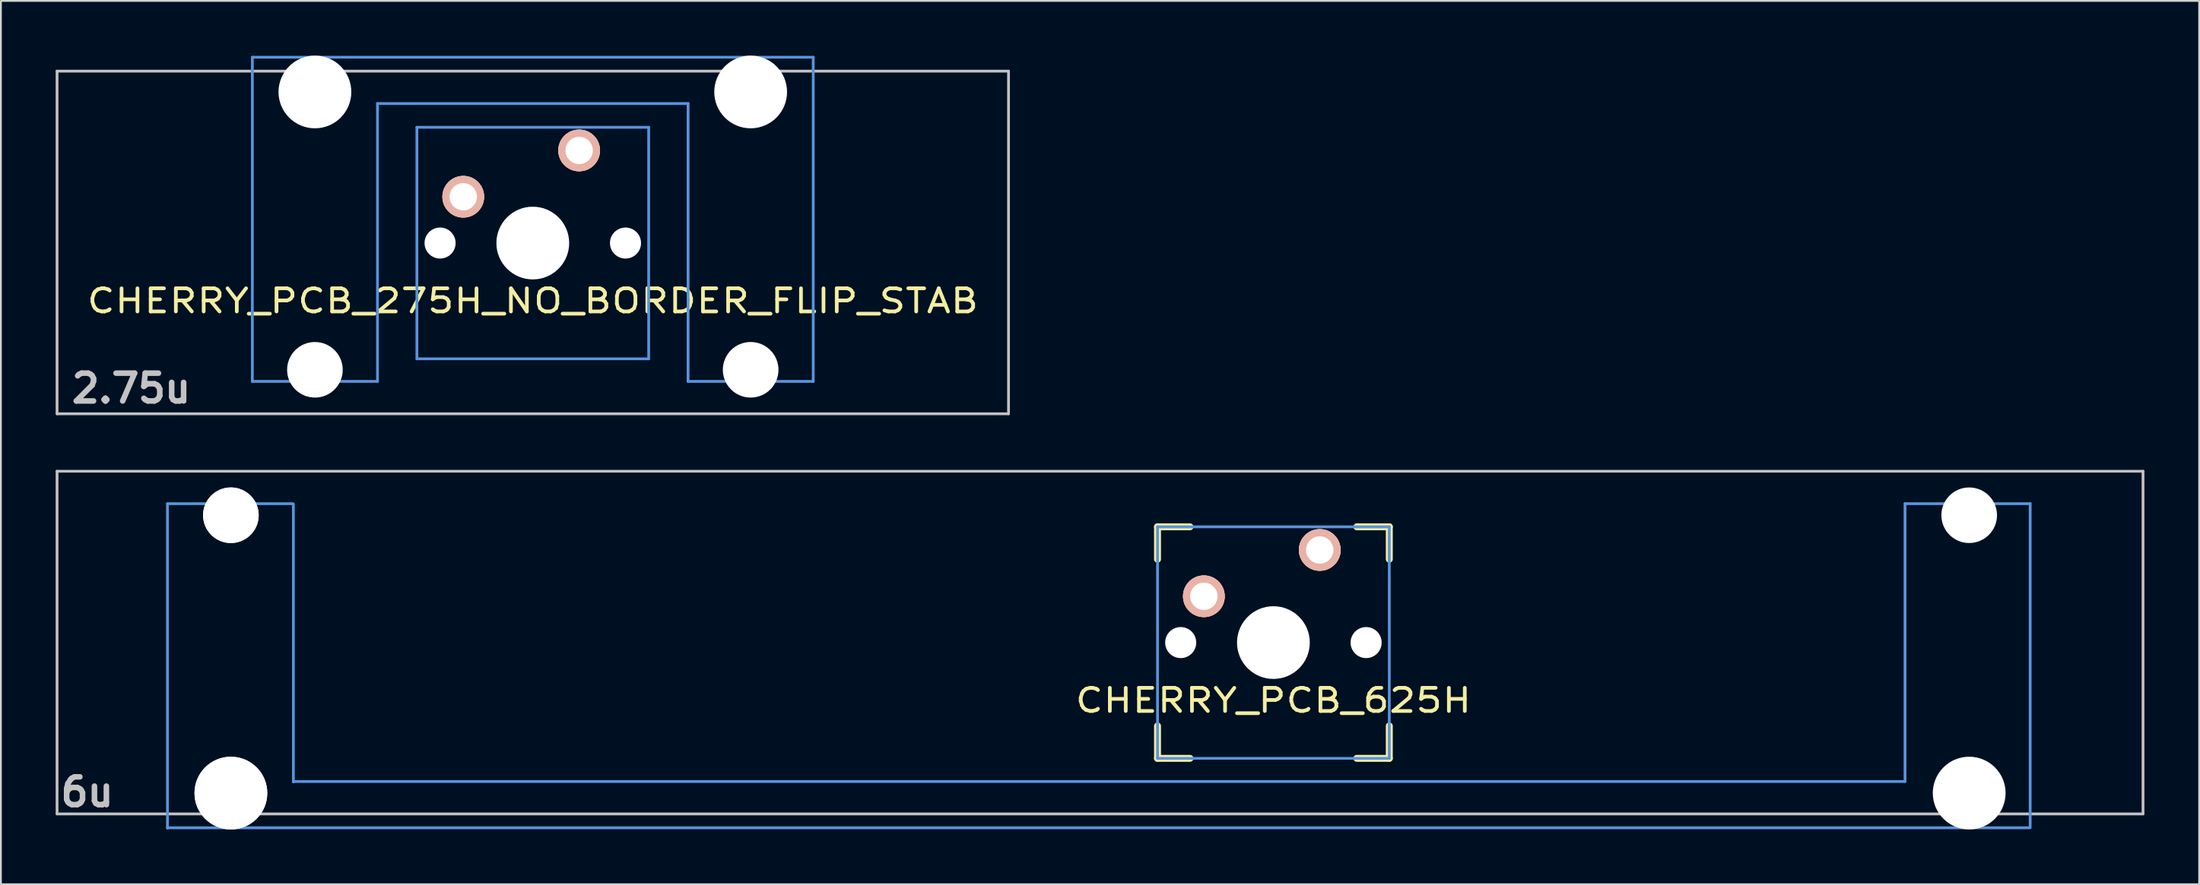
<source format=kicad_pcb>
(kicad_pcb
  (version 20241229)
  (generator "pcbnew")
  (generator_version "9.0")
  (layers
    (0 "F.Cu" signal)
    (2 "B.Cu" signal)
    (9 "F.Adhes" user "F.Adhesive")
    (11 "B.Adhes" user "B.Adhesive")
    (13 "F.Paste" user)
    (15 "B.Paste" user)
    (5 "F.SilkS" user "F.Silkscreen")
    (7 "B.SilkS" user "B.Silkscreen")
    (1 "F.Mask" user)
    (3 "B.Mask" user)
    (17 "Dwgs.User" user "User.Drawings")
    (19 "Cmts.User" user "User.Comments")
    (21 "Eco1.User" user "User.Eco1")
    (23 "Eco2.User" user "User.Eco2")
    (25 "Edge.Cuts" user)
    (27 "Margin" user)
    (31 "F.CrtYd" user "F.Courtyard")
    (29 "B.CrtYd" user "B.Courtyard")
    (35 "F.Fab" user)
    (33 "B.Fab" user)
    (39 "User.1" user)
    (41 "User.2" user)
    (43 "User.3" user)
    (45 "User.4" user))
  (footprint "CHERRY_PCB_275H_NO_BORDER_FLIP_STAB"
    (layer "F.Cu")
    (at 26.144 10.253)
    (property "Reference" "CHERRY_PCB_275H_NO_BORDER_FLIP_STAB" (at 0 3.204 0) (layer "F.SilkS") (effects (font (size 1.27 1.524) (thickness 0.203))))
    (attr through_hole)
    (fp_line (start -26.068 -9.402) (end 26.068 -9.402) (stroke (width 0.152) (type solid)) (layer "Dwgs.User"))
    (fp_line (start -26.068 9.394) (end -26.068 -9.402) (stroke (width 0.152) (type solid)) (layer "Dwgs.User"))
    (fp_line (start 26.068 -9.402) (end 26.068 9.394) (stroke (width 0.152) (type solid)) (layer "Dwgs.User"))
    (fp_line (start 26.068 9.394) (end -26.068 9.394) (stroke (width 0.152) (type solid)) (layer "Dwgs.User"))
    (fp_line (start -15.367 -10.164) (end -15.367 7.616) (stroke (width 0.152) (type solid)) (layer "Cmts.User"))
    (fp_line (start -15.367 7.616) (end -8.509 7.616) (stroke (width 0.152) (type solid)) (layer "Cmts.User"))
    (fp_line (start -8.509 -7.624) (end 8.509 -7.624) (stroke (width 0.152) (type solid)) (layer "Cmts.User"))
    (fp_line (start -8.509 7.616) (end -8.509 -7.624) (stroke (width 0.152) (type solid)) (layer "Cmts.User"))
    (fp_line (start -6.35 -6.321) (end 6.35 -6.321) (stroke (width 0.152) (type solid)) (layer "Cmts.User"))
    (fp_line (start -6.35 6.379) (end -6.35 -6.321) (stroke (width 0.152) (type solid)) (layer "Cmts.User"))
    (fp_line (start 6.35 -6.321) (end 6.35 6.379) (stroke (width 0.152) (type solid)) (layer "Cmts.User"))
    (fp_line (start 6.35 6.379) (end -6.35 6.379) (stroke (width 0.152) (type solid)) (layer "Cmts.User"))
    (fp_line (start 8.509 -7.624) (end 8.509 7.616) (stroke (width 0.152) (type solid)) (layer "Cmts.User"))
    (fp_line (start 8.509 7.616) (end 15.367 7.616) (stroke (width 0.152) (type solid)) (layer "Cmts.User"))
    (fp_line (start 15.367 -10.164) (end -15.367 -10.164) (stroke (width 0.152) (type solid)) (layer "Cmts.User"))
    (fp_line (start 15.367 7.616) (end 15.367 -10.164) (stroke (width 0.152) (type solid)) (layer "Cmts.User"))
    (fp_line (start -16.129 -0.512) (end -15.265 -0.512) (stroke (width 0.152) (type solid)) (layer "Eco2.User"))
    (fp_line (start -16.129 2.282) (end -16.129 -0.512) (stroke (width 0.152) (type solid)) (layer "Eco2.User"))
    (fp_line (start -15.265 -6.608) (end -14.224 -6.608) (stroke (width 0.152) (type solid)) (layer "Eco2.User"))
    (fp_line (start -15.265 -0.512) (end -15.265 -6.608) (stroke (width 0.152) (type solid)) (layer "Eco2.User"))
    (fp_line (start -15.265 2.282) (end -16.129 2.282) (stroke (width 0.152) (type solid)) (layer "Eco2.User"))
    (fp_line (start -15.265 5.685) (end -15.265 2.282) (stroke (width 0.152) (type solid)) (layer "Eco2.User"))
    (fp_line (start -14.224 -7.777) (end -9.652 -7.777) (stroke (width 0.152) (type solid)) (layer "Eco2.User"))
    (fp_line (start -14.224 -6.608) (end -14.224 -7.777) (stroke (width 0.152) (type solid)) (layer "Eco2.User"))
    (fp_line (start -9.652 -7.777) (end -9.652 -6.608) (stroke (width 0.152) (type solid)) (layer "Eco2.User"))
    (fp_line (start -9.652 -6.608) (end -8.611 -6.608) (stroke (width 0.152) (type solid)) (layer "Eco2.User"))
    (fp_line (start -8.611 -6.608) (end -8.611 -5.821) (stroke (width 0.152) (type solid)) (layer "Eco2.User"))
    (fp_line (start -8.611 -5.821) (end -6.985 -5.821) (stroke (width 0.152) (type solid)) (layer "Eco2.User"))
    (fp_line (start -8.611 4.872) (end -8.611 5.685) (stroke (width 0.152) (type solid)) (layer "Eco2.User"))
    (fp_line (start -8.611 5.685) (end -15.265 5.685) (stroke (width 0.152) (type solid)) (layer "Eco2.User"))
    (fp_line (start -6.985 -6.989) (end 6.985 -6.989) (stroke (width 0.152) (type solid)) (layer "Eco2.User"))
    (fp_line (start -6.985 -5.821) (end -6.985 -6.989) (stroke (width 0.152) (type solid)) (layer "Eco2.User"))
    (fp_line (start -6.985 4.872) (end -8.611 4.872) (stroke (width 0.152) (type solid)) (layer "Eco2.User"))
    (fp_line (start -6.985 6.981) (end -6.985 4.872) (stroke (width 0.152) (type solid)) (layer "Eco2.User"))
    (fp_line (start 6.985 -6.989) (end 6.985 -5.821) (stroke (width 0.152) (type solid)) (layer "Eco2.User"))
    (fp_line (start 6.985 -5.821) (end 8.611 -5.821) (stroke (width 0.152) (type solid)) (layer "Eco2.User"))
    (fp_line (start 6.985 4.872) (end 6.985 6.981) (stroke (width 0.152) (type solid)) (layer "Eco2.User"))
    (fp_line (start 6.985 6.981) (end -6.985 6.981) (stroke (width 0.152) (type solid)) (layer "Eco2.User"))
    (fp_line (start 8.611 -6.608) (end 9.652 -6.608) (stroke (width 0.152) (type solid)) (layer "Eco2.User"))
    (fp_line (start 8.611 -5.821) (end 8.611 -6.608) (stroke (width 0.152) (type solid)) (layer "Eco2.User"))
    (fp_line (start 8.611 4.872) (end 6.985 4.872) (stroke (width 0.152) (type solid)) (layer "Eco2.User"))
    (fp_line (start 8.611 5.685) (end 8.611 4.872) (stroke (width 0.152) (type solid)) (layer "Eco2.User"))
    (fp_line (start 9.652 -7.777) (end 14.224 -7.777) (stroke (width 0.152) (type solid)) (layer "Eco2.User"))
    (fp_line (start 9.652 -6.608) (end 9.652 -7.777) (stroke (width 0.152) (type solid)) (layer "Eco2.User"))
    (fp_line (start 14.224 -7.777) (end 14.224 -6.608) (stroke (width 0.152) (type solid)) (layer "Eco2.User"))
    (fp_line (start 14.224 -6.608) (end 15.265 -6.608) (stroke (width 0.152) (type solid)) (layer "Eco2.User"))
    (fp_line (start 15.265 -6.608) (end 15.265 -0.512) (stroke (width 0.152) (type solid)) (layer "Eco2.User"))
    (fp_line (start 15.265 -0.512) (end 16.129 -0.512) (stroke (width 0.152) (type solid)) (layer "Eco2.User"))
    (fp_line (start 15.265 2.282) (end 15.265 5.685) (stroke (width 0.152) (type solid)) (layer "Eco2.User"))
    (fp_line (start 15.265 5.685) (end 8.611 5.685) (stroke (width 0.152) (type solid)) (layer "Eco2.User"))
    (fp_line (start 16.129 -0.512) (end 16.129 2.282) (stroke (width 0.152) (type solid)) (layer "Eco2.User"))
    (fp_line (start 16.129 2.282) (end 15.265 2.282) (stroke (width 0.152) (type solid)) (layer "Eco2.User"))
    (fp_text user "2.75u" (at -22 8 180) (layer "Dwgs.User") (effects (font (size 1.524 1.524) (thickness 0.305))))
    (pad "" np_thru_hole circle (at -11.938 -8.259 180) (size 3.988 3.988) (drill 3.988) (layers "*.Cu"))
    (pad "" np_thru_hole circle (at -11.938 6.981 180) (size 3.048 3.048) (drill 3.048) (layers "*.Cu"))
    (pad "" np_thru_hole circle (at -5.08 0.029) (size 1.702 1.702) (drill 1.702) (layers "*.Cu"))
    (pad "" np_thru_hole circle (at 0 0.029) (size 3.988 3.988) (drill 3.988) (layers "*.Cu"))
    (pad "" np_thru_hole circle (at 5.08 0.029) (size 1.702 1.702) (drill 1.702) (layers "*.Cu"))
    (pad "" np_thru_hole circle (at 11.938 -8.259 180) (size 3.988 3.988) (drill 3.988) (layers "*.Cu"))
    (pad "" np_thru_hole circle (at 11.938 6.981 180) (size 3.048 3.048) (drill 3.048) (layers "*.Cu"))
    (pad "1" thru_hole circle (at 2.54 -5.051) (size 2.286 2.286) (drill 1.499) (layers "*.Cu" "*.SilkS" "*.Mask"))
    (pad "2" thru_hole circle (at -3.81 -2.511) (size 2.286 2.286) (drill 1.499) (layers "*.Cu" "*.SilkS" "*.Mask")))
  (footprint "CHERRY_PCB_625H"
    (layer "F.Cu")
    (at 57.226 32.197)
    (property "Reference" "CHERRY_PCB_625H" (at 9.5 3.175 0) (layer "F.SilkS") (effects (font (size 1.27 1.524) (thickness 0.203))))
    (attr through_hole)
    (fp_line (start 3.15 -6.35) (end 4.928 -6.35) (stroke (width 0.381) (type solid)) (layer "F.SilkS"))
    (fp_line (start 3.15 -4.572) (end 3.15 -6.35) (stroke (width 0.381) (type solid)) (layer "F.SilkS"))
    (fp_line (start 3.15 6.35) (end 3.15 4.572) (stroke (width 0.381) (type solid)) (layer "F.SilkS"))
    (fp_line (start 4.928 6.35) (end 3.15 6.35) (stroke (width 0.381) (type solid)) (layer "F.SilkS"))
    (fp_line (start 14.072 -6.35) (end 15.85 -6.35) (stroke (width 0.381) (type solid)) (layer "F.SilkS"))
    (fp_line (start 15.85 -6.35) (end 15.85 -4.572) (stroke (width 0.381) (type solid)) (layer "F.SilkS"))
    (fp_line (start 15.85 4.572) (end 15.85 6.35) (stroke (width 0.381) (type solid)) (layer "F.SilkS"))
    (fp_line (start 15.85 6.35) (end 14.072 6.35) (stroke (width 0.381) (type solid)) (layer "F.SilkS"))
    (fp_line (start -57.15 -9.398) (end 57.15 -9.398) (stroke (width 0.152) (type solid)) (layer "Dwgs.User"))
    (fp_line (start -57.15 9.398) (end -57.15 -9.398) (stroke (width 0.152) (type solid)) (layer "Dwgs.User"))
    (fp_line (start 57.15 -9.398) (end 57.15 9.398) (stroke (width 0.152) (type solid)) (layer "Dwgs.User"))
    (fp_line (start 57.15 9.398) (end -57.15 9.398) (stroke (width 0.152) (type solid)) (layer "Dwgs.User"))
    (fp_line (start -51.1 -7.6) (end -51.1 10.18) (stroke (width 0.152) (type solid)) (layer "Cmts.User"))
    (fp_line (start -51.1 10.16) (end 50.9 10.16) (stroke (width 0.152) (type solid)) (layer "Cmts.User"))
    (fp_line (start -44.242 -7.62) (end -51.1 -7.62) (stroke (width 0.152) (type solid)) (layer "Cmts.User"))
    (fp_line (start -44.2 7.64) (end -44.2 -7.6) (stroke (width 0.152) (type solid)) (layer "Cmts.User"))
    (fp_line (start 3.15 -6.35) (end 15.85 -6.35) (stroke (width 0.152) (type solid)) (layer "Cmts.User"))
    (fp_line (start 3.15 6.35) (end 3.15 -6.35) (stroke (width 0.152) (type solid)) (layer "Cmts.User"))
    (fp_line (start 15.85 -6.35) (end 15.85 6.35) (stroke (width 0.152) (type solid)) (layer "Cmts.User"))
    (fp_line (start 15.85 6.35) (end 3.15 6.35) (stroke (width 0.152) (type solid)) (layer "Cmts.User"))
    (fp_line (start 44.109 -7.62) (end 44.109 7.62) (stroke (width 0.152) (type solid)) (layer "Cmts.User"))
    (fp_line (start 44.109 7.62) (end -44.2 7.62) (stroke (width 0.152) (type solid)) (layer "Cmts.User"))
    (fp_line (start 50.967 -7.62) (end 44.109 -7.62) (stroke (width 0.152) (type solid)) (layer "Cmts.User"))
    (fp_line (start 50.967 10.16) (end 50.967 -7.62) (stroke (width 0.152) (type solid)) (layer "Cmts.User"))
    (fp_line (start -51.844 -2.286) (end -50.98 -2.286) (stroke (width 0.152) (type solid)) (layer "Eco2.User"))
    (fp_line (start -51.844 0.508) (end -51.844 -2.286) (stroke (width 0.152) (type solid)) (layer "Eco2.User"))
    (fp_line (start -50.98 -5.69) (end -44.326 -5.69) (stroke (width 0.152) (type solid)) (layer "Eco2.User"))
    (fp_line (start -50.98 -2.286) (end -50.98 -5.69) (stroke (width 0.152) (type solid)) (layer "Eco2.User"))
    (fp_line (start -50.98 0.508) (end -51.844 0.508) (stroke (width 0.152) (type solid)) (layer "Eco2.User"))
    (fp_line (start -50.98 6.604) (end -50.98 0.508) (stroke (width 0.152) (type solid)) (layer "Eco2.User"))
    (fp_line (start -49.939 6.604) (end -50.98 6.604) (stroke (width 0.152) (type solid)) (layer "Eco2.User"))
    (fp_line (start -49.939 7.772) (end -49.939 6.604) (stroke (width 0.152) (type solid)) (layer "Eco2.User"))
    (fp_line (start -45.367 6.604) (end -45.367 7.772) (stroke (width 0.152) (type solid)) (layer "Eco2.User"))
    (fp_line (start -45.367 7.772) (end -49.939 7.772) (stroke (width 0.152) (type solid)) (layer "Eco2.User"))
    (fp_line (start -44.326 -5.69) (end -44.326 -2.286) (stroke (width 0.152) (type solid)) (layer "Eco2.User"))
    (fp_line (start -44.326 2.286) (end -44.326 6.604) (stroke (width 0.152) (type solid)) (layer "Eco2.User"))
    (fp_line (start -44.326 6.604) (end -45.367 6.604) (stroke (width 0.152) (type solid)) (layer "Eco2.User"))
    (fp_line (start -44.3 -2.286) (end 2.5 -2.286) (stroke (width 0.152) (type solid)) (layer "Eco2.User"))
    (fp_line (start 2.5 2.286) (end -44.3 2.286) (stroke (width 0.152) (type solid)) (layer "Eco2.User"))
    (fp_line (start 2.5 6.985) (end 2.5 2.286) (stroke (width 0.152) (type solid)) (layer "Eco2.User"))
    (fp_line (start 2.53 -7) (end 16.5 -7) (stroke (width 0.152) (type solid)) (layer "Eco2.User"))
    (fp_line (start 2.53 -2.301) (end 2.53 -7) (stroke (width 0.152) (type solid)) (layer "Eco2.User"))
    (fp_line (start 16.5 -6.985) (end 16.5 -2.286) (stroke (width 0.152) (type solid)) (layer "Eco2.User"))
    (fp_line (start 16.5 -2.286) (end 44.2 -2.286) (stroke (width 0.152) (type solid)) (layer "Eco2.User"))
    (fp_line (start 16.5 2.286) (end 16.5 6.985) (stroke (width 0.152) (type solid)) (layer "Eco2.User"))
    (fp_line (start 16.5 7) (end 2.53 7) (stroke (width 0.152) (type solid)) (layer "Eco2.User"))
    (fp_line (start 44.2 2.286) (end 16.5 2.286) (stroke (width 0.152) (type solid)) (layer "Eco2.User"))
    (fp_line (start 44.211 -5.69) (end 50.865 -5.69) (stroke (width 0.152) (type solid)) (layer "Eco2.User"))
    (fp_line (start 44.211 -2.286) (end 44.211 -5.69) (stroke (width 0.152) (type solid)) (layer "Eco2.User"))
    (fp_line (start 44.211 6.604) (end 44.211 2.286) (stroke (width 0.152) (type solid)) (layer "Eco2.User"))
    (fp_line (start 45.252 6.604) (end 44.211 6.604) (stroke (width 0.152) (type solid)) (layer "Eco2.User"))
    (fp_line (start 45.252 7.772) (end 45.252 6.604) (stroke (width 0.152) (type solid)) (layer "Eco2.User"))
    (fp_line (start 49.824 6.604) (end 49.824 7.772) (stroke (width 0.152) (type solid)) (layer "Eco2.User"))
    (fp_line (start 49.824 7.772) (end 45.252 7.772) (stroke (width 0.152) (type solid)) (layer "Eco2.User"))
    (fp_line (start 50.865 -5.69) (end 50.865 -2.286) (stroke (width 0.152) (type solid)) (layer "Eco2.User"))
    (fp_line (start 50.865 -2.286) (end 51.729 -2.286) (stroke (width 0.152) (type solid)) (layer "Eco2.User"))
    (fp_line (start 50.865 0.508) (end 50.865 6.604) (stroke (width 0.152) (type solid)) (layer "Eco2.User"))
    (fp_line (start 50.865 6.604) (end 49.824 6.604) (stroke (width 0.152) (type solid)) (layer "Eco2.User"))
    (fp_line (start 51.729 -2.286) (end 51.729 0.508) (stroke (width 0.152) (type solid)) (layer "Eco2.User"))
    (fp_line (start 51.729 0.508) (end 50.865 0.508) (stroke (width 0.152) (type solid)) (layer "Eco2.User"))
    (fp_text user "6u" (at -55.5 8.2 0) (layer "Dwgs.User") (effects (font (size 1.524 1.524) (thickness 0.305))))
    (pad "" np_thru_hole circle (at -47.625 -6.985) (size 3.048 3.048) (drill 3.048) (layers "*.Cu" "*.Mask"))
    (pad "" np_thru_hole circle (at -47.625 -6.985) (size 3.048 3.048) (drill 3.048) (layers "*.Cu"))
    (pad "" np_thru_hole circle (at -47.625 8.255) (size 3.988 3.988) (drill 3.988) (layers "*.Cu" "*.Mask"))
    (pad "" np_thru_hole circle (at -47.625 8.255) (size 3.988 3.988) (drill 3.988) (layers "*.Cu"))
    (pad "" np_thru_hole circle (at 4.42 0) (size 1.702 1.702) (drill 1.702) (layers "*.Cu"))
    (pad "" np_thru_hole circle (at 9.5 0) (size 3.988 3.988) (drill 3.988) (layers "*.Cu"))
    (pad "" np_thru_hole circle (at 14.58 0) (size 1.702 1.702) (drill 1.702) (layers "*.Cu"))
    (pad "" np_thru_hole circle (at 47.625 -6.985) (size 3.048 3.048) (drill 3.048) (layers "*.Cu"))
    (pad "" np_thru_hole circle (at 47.625 8.255) (size 3.988 3.988) (drill 3.988) (layers "*.Cu"))
    (pad "1" thru_hole circle (at 12.04 -5.08) (size 2.286 2.286) (drill 1.499) (layers "*.Cu" "*.SilkS" "*.Mask"))
    (pad "2" thru_hole circle (at 5.69 -2.54) (size 2.286 2.286) (drill 1.499) (layers "*.Cu" "*.SilkS" "*.Mask")))
  (gr_rect
    (start -3 -3)
    (end 117.452 45.453)
    (stroke (width 0.1) (type default))
    (fill no)
    (layer "Edge.Cuts")))
</source>
